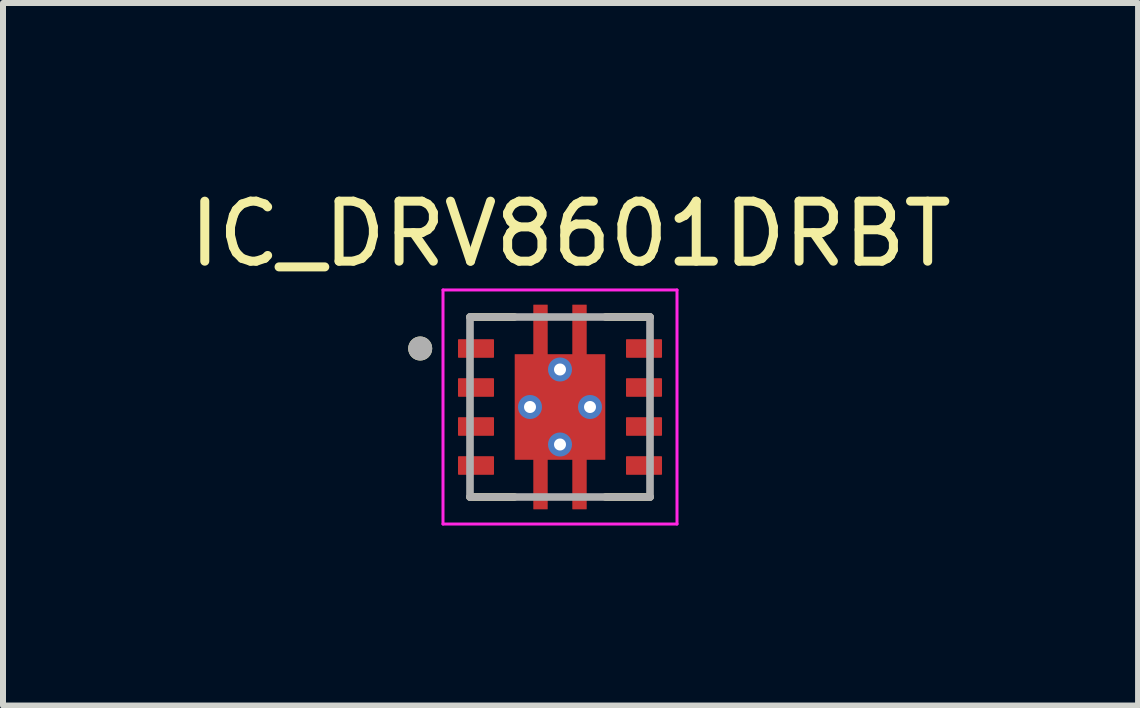
<source format=kicad_pcb>
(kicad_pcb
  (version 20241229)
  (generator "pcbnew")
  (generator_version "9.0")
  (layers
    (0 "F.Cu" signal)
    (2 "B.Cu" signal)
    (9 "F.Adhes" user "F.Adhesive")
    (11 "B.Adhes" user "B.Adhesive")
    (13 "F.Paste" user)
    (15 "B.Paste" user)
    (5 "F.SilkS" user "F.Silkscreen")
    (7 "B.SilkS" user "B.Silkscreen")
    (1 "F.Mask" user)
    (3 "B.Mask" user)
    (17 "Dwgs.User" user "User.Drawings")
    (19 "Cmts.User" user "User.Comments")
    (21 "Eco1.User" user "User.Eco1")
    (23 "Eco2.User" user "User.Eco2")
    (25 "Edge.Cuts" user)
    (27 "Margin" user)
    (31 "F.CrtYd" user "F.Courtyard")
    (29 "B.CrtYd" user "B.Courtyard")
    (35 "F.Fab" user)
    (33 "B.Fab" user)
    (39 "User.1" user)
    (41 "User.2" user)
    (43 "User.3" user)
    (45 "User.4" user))
  (footprint "IC_DRV8601DRBT"
    (layer "F.Cu")
    (at 6.283 3.733)
    (property "Reference" "IC_DRV8601DRBT" (at 0.175 -2.885 0) (layer "F.SilkS") (effects (font (size 1 1) (thickness 0.15))))
    (attr through_hole)
    (fp_poly (pts (xy -1.77 -1.2) (xy -1.03 -1.2) (xy -1.03 -0.75) (xy -1.77 -0.75)) (stroke (width 0.01) (type solid)) (fill yes) (layer "F.Mask"))
    (fp_poly (pts (xy -1.77 -0.55) (xy -1.03 -0.55) (xy -1.03 -0.1) (xy -1.77 -0.1)) (stroke (width 0.01) (type solid)) (fill yes) (layer "F.Mask"))
    (fp_poly (pts (xy -1.77 0.1) (xy -1.03 0.1) (xy -1.03 0.55) (xy -1.77 0.55)) (stroke (width 0.01) (type solid)) (fill yes) (layer "F.Mask"))
    (fp_poly (pts (xy -1.77 0.75) (xy -1.03 0.75) (xy -1.03 1.2) (xy -1.77 1.2)) (stroke (width 0.01) (type solid)) (fill yes) (layer "F.Mask"))
    (fp_poly (pts (xy 1.03 -1.2) (xy 1.77 -1.2) (xy 1.77 -0.75) (xy 1.03 -0.75)) (stroke (width 0.01) (type solid)) (fill yes) (layer "F.Mask"))
    (fp_poly (pts (xy 1.03 -0.55) (xy 1.77 -0.55) (xy 1.77 -0.1) (xy 1.03 -0.1)) (stroke (width 0.01) (type solid)) (fill yes) (layer "F.Mask"))
    (fp_poly (pts (xy 1.03 0.1) (xy 1.77 0.1) (xy 1.77 0.55) (xy 1.03 0.55)) (stroke (width 0.01) (type solid)) (fill yes) (layer "F.Mask"))
    (fp_poly (pts (xy 1.03 0.75) (xy 1.77 0.75) (xy 1.77 1.2) (xy 1.03 1.2)) (stroke (width 0.01) (type solid)) (fill yes) (layer "F.Mask"))
    (fp_poly (pts (xy -0.82 -0.945) (xy -0.51 -0.945) (xy -0.51 -1.77) (xy -0.14 -1.77) (xy -0.14 -0.945) (xy 0.14 -0.945) (xy 0.14 -1.77) (xy 0.51 -1.77) (xy 0.51 -0.945) (xy 0.82 -0.945) (xy 0.82 0.945) (xy 0.51 0.945) (xy 0.51 1.77) (xy 0.14 1.77) (xy 0.14 0.945) (xy -0.14 0.945) (xy -0.14 1.77) (xy -0.51 1.77) (xy -0.51 0.945) (xy -0.82 0.945)) (stroke (width 0.01) (type solid)) (fill yes) (layer "F.Mask"))
    (fp_line (start -1.5 -1.5) (end -0.76 -1.5) (stroke (width 0.127) (type solid)) (layer "F.SilkS"))
    (fp_line (start -1.5 1.5) (end -0.76 1.5) (stroke (width 0.127) (type solid)) (layer "F.SilkS"))
    (fp_line (start 0.76 -1.5) (end 1.5 -1.5) (stroke (width 0.127) (type solid)) (layer "F.SilkS"))
    (fp_line (start 0.76 1.5) (end 1.5 1.5) (stroke (width 0.127) (type solid)) (layer "F.SilkS"))
    (fp_circle (center -2.33 -0.975) (end -2.23 -0.975) (stroke (width 0.2) (type solid)) (fill no) (layer "F.SilkS"))
    (fp_poly (pts (xy -0.67 -0.775) (xy 0.67 -0.775) (xy 0.67 0.775) (xy -0.67 0.775)) (stroke (width 0.01) (type solid)) (fill yes) (layer "F.Paste"))
    (fp_poly (pts (xy -0.44 -1.7) (xy -0.21 -1.7) (xy -0.21 -0.975) (xy -0.44 -0.975)) (stroke (width 0.01) (type solid)) (fill yes) (layer "F.Paste"))
    (fp_poly (pts (xy -0.21 1.7) (xy -0.44 1.7) (xy -0.44 0.975) (xy -0.21 0.975)) (stroke (width 0.01) (type solid)) (fill yes) (layer "F.Paste"))
    (fp_poly (pts (xy 0.21 -1.7) (xy 0.44 -1.7) (xy 0.44 -0.975) (xy 0.21 -0.975)) (stroke (width 0.01) (type solid)) (fill yes) (layer "F.Paste"))
    (fp_poly (pts (xy 0.44 1.7) (xy 0.21 1.7) (xy 0.21 0.975) (xy 0.44 0.975)) (stroke (width 0.01) (type solid)) (fill yes) (layer "F.Paste"))
    (fp_line (start -1.95 -1.95) (end -1.95 1.95) (stroke (width 0.05) (type solid)) (layer "F.CrtYd"))
    (fp_line (start -1.95 -1.95) (end 1.95 -1.95) (stroke (width 0.05) (type solid)) (layer "F.CrtYd"))
    (fp_line (start -1.95 1.95) (end 1.95 1.95) (stroke (width 0.05) (type solid)) (layer "F.CrtYd"))
    (fp_line (start 1.95 -1.95) (end 1.95 1.95) (stroke (width 0.05) (type solid)) (layer "F.CrtYd"))
    (fp_line (start -1.5 -1.5) (end -1.5 1.5) (stroke (width 0.127) (type solid)) (layer "F.Fab"))
    (fp_line (start -1.5 -1.5) (end 1.5 -1.5) (stroke (width 0.127) (type solid)) (layer "F.Fab"))
    (fp_line (start -1.5 1.5) (end 1.5 1.5) (stroke (width 0.127) (type solid)) (layer "F.Fab"))
    (fp_line (start 1.5 -1.5) (end 1.5 1.5) (stroke (width 0.127) (type solid)) (layer "F.Fab"))
    (fp_circle (center -2.33 -0.975) (end -2.23 -0.975) (stroke (width 0.2) (type solid)) (fill no) (layer "F.Fab"))
    (pad "1" smd roundrect (at -1.4 -0.975) (size 0.6 0.31) (layers "F.Cu" "F.Paste") (roundrect_rratio 0.04))
    (pad "2" smd roundrect (at -1.4 -0.325) (size 0.6 0.31) (layers "F.Cu" "F.Paste") (roundrect_rratio 0.04))
    (pad "3" smd roundrect (at -1.4 0.325) (size 0.6 0.31) (layers "F.Cu" "F.Paste") (roundrect_rratio 0.04))
    (pad "4" smd roundrect (at -1.4 0.975) (size 0.6 0.31) (layers "F.Cu" "F.Paste") (roundrect_rratio 0.04))
    (pad "5" smd roundrect (at 1.4 0.975) (size 0.6 0.31) (layers "F.Cu" "F.Paste") (roundrect_rratio 0.04))
    (pad "6" smd roundrect (at 1.4 0.325) (size 0.6 0.31) (layers "F.Cu" "F.Paste") (roundrect_rratio 0.04))
    (pad "7" smd roundrect (at 1.4 -0.325) (size 0.6 0.31) (layers "F.Cu" "F.Paste") (roundrect_rratio 0.04))
    (pad "8" smd roundrect (at 1.4 -0.975) (size 0.6 0.31) (layers "F.Cu" "F.Paste") (roundrect_rratio 0.04))
    (pad "9" smd custom (at 0 0) (size 1.5 1.75) (layers "F.Cu") (options (anchor rect)) (primitives (gr_poly (pts (xy -0.75 -0.875) (xy -0.44 -0.875) (xy -0.44 -1.7) (xy -0.21 -1.7) (xy -0.21 -0.875) (xy 0.21 -0.875) (xy 0.21 -1.7) (xy 0.44 -1.7) (xy 0.44 -0.875) (xy 0.75 -0.875) (xy 0.75 0.875) (xy 0.44 0.875) (xy 0.44 1.7) (xy 0.21 1.7) (xy 0.21 0.875) (xy -0.21 0.875) (xy -0.21 1.7) (xy -0.44 1.7) (xy -0.44 0.875) (xy -0.75 0.875)) (width 0.01) (fill yes))))
    (pad "10" thru_hole circle (at 0 -0.625) (size 0.4 0.4) (drill 0.2) (layers "*.Cu"))
    (pad "11" thru_hole circle (at 0.5 0) (size 0.4 0.4) (drill 0.2) (layers "*.Cu"))
    (pad "12" thru_hole circle (at -0.5 0) (size 0.4 0.4) (drill 0.2) (layers "*.Cu"))
    (pad "13" thru_hole circle (at 0 0.625) (size 0.4 0.4) (drill 0.2) (layers "*.Cu")))
  (gr_rect
    (start -3 -3)
    (end 15.917 8.708)
    (stroke (width 0.1) (type default))
    (fill no)
    (layer "Edge.Cuts")))
</source>
